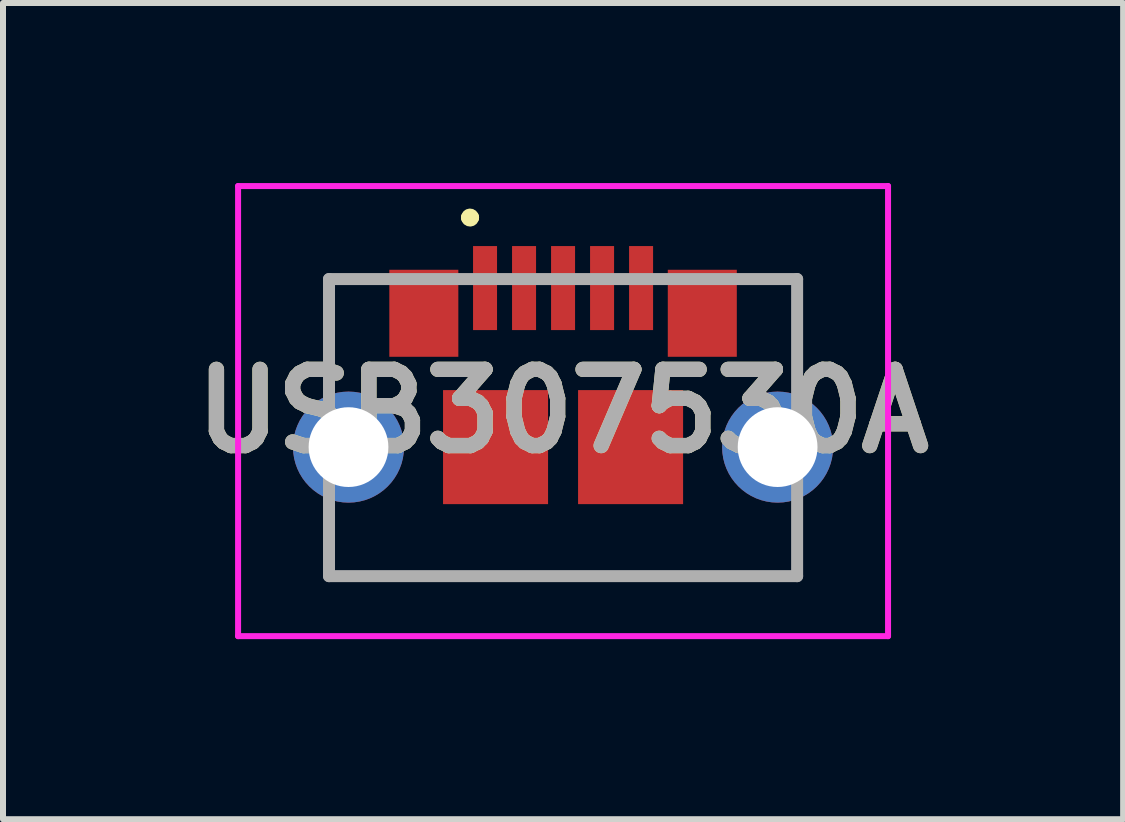
<source format=kicad_pcb>
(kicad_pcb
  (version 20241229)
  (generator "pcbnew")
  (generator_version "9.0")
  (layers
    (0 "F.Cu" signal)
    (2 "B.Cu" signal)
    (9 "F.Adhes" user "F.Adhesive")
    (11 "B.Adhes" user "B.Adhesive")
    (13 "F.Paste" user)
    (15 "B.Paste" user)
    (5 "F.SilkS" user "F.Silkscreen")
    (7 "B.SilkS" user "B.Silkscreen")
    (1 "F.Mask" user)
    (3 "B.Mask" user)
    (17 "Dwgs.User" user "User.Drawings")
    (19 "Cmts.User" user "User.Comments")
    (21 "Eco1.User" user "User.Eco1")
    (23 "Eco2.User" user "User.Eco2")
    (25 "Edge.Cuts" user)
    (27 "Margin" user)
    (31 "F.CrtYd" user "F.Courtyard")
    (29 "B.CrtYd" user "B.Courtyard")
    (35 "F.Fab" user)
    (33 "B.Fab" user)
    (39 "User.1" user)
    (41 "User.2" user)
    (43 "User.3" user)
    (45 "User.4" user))
  (footprint "USB307530A"
    (layer "F.Cu")
    (at 6.332 4.4)
    (property "Reference" "USB307530A" (at 0 -0.6 0) (layer "F.SilkS") (effects (font (size 1.27 1.27) (thickness 0.254))))
    (attr through_hole)
    (fp_line (start -3.9 -2.8) (end -3.9 -1) (stroke (width 0.1) (type solid)) (layer "F.SilkS"))
    (fp_line (start -3.9 1) (end -3.9 2.15) (stroke (width 0.1) (type solid)) (layer "F.SilkS"))
    (fp_line (start -3.9 2.15) (end 3.9 2.15) (stroke (width 0.1) (type solid)) (layer "F.SilkS"))
    (fp_line (start -3.425 -2.8) (end -3.9 -2.8) (stroke (width 0.1) (type solid)) (layer "F.SilkS"))
    (fp_line (start -1.6 -3.825) (end -1.6 -3.825) (stroke (width 0.2) (type solid)) (layer "F.SilkS"))
    (fp_line (start -1.5 -3.825) (end -1.5 -3.825) (stroke (width 0.2) (type solid)) (layer "F.SilkS"))
    (fp_line (start 3.075 -2.8) (end 3.9 -2.8) (stroke (width 0.1) (type solid)) (layer "F.SilkS"))
    (fp_line (start 3.9 -2.8) (end 3.9 -1) (stroke (width 0.1) (type solid)) (layer "F.SilkS"))
    (fp_line (start 3.9 2.15) (end 3.9 1) (stroke (width 0.1) (type solid)) (layer "F.SilkS"))
    (fp_arc (start -1.6 -3.825) (mid -1.55 -3.875) (end -1.5 -3.825) (stroke (width 0.2) (type solid)) (layer "F.SilkS"))
    (fp_arc (start -1.5 -3.825) (mid -1.55 -3.775) (end -1.6 -3.825) (stroke (width 0.2) (type solid)) (layer "F.SilkS"))
    (fp_line (start -5.415 -4.35) (end 5.415 -4.35) (stroke (width 0.1) (type solid)) (layer "F.CrtYd"))
    (fp_line (start -5.415 3.15) (end -5.415 -4.35) (stroke (width 0.1) (type solid)) (layer "F.CrtYd"))
    (fp_line (start 5.415 -4.35) (end 5.415 3.15) (stroke (width 0.1) (type solid)) (layer "F.CrtYd"))
    (fp_line (start 5.415 3.15) (end -5.415 3.15) (stroke (width 0.1) (type solid)) (layer "F.CrtYd"))
    (fp_line (start -3.9 -2.8) (end 3.9 -2.8) (stroke (width 0.2) (type solid)) (layer "F.Fab"))
    (fp_line (start -3.9 2.15) (end -3.9 -2.8) (stroke (width 0.2) (type solid)) (layer "F.Fab"))
    (fp_line (start 3.9 -2.8) (end 3.9 2.15) (stroke (width 0.2) (type solid)) (layer "F.Fab"))
    (fp_line (start 3.9 2.15) (end -3.9 2.15) (stroke (width 0.2) (type solid)) (layer "F.Fab"))
    (fp_text user "${REFERENCE}" (at 0 -0.6 0) (layer "F.Fab") (effects (font (size 1.27 1.27) (thickness 0.254))))
    (pad "1" smd rect (at -1.3 -2.65) (size 0.4 1.4) (layers "F.Cu" "F.Mask" "F.Paste"))
    (pad "2" smd rect (at -0.65 -2.65) (size 0.4 1.4) (layers "F.Cu" "F.Mask" "F.Paste"))
    (pad "3" smd rect (at 0 -2.65) (size 0.4 1.4) (layers "F.Cu" "F.Mask" "F.Paste"))
    (pad "4" smd rect (at 0.65 -2.65) (size 0.4 1.4) (layers "F.Cu" "F.Mask" "F.Paste"))
    (pad "5" smd rect (at 1.3 -2.65) (size 0.4 1.4) (layers "F.Cu" "F.Mask" "F.Paste"))
    (pad "MH1" thru_hole circle (at -3.575 0) (size 1.85 1.85) (drill 1.329) (layers "*.Cu" "*.Mask"))
    (pad "MH2" thru_hole circle (at 3.575 0) (size 1.85 1.85) (drill 1.329) (layers "*.Cu" "*.Mask"))
    (pad "MP1" smd rect (at -1.125 0) (size 1.75 1.9) (layers "F.Cu" "F.Mask" "F.Paste"))
    (pad "MP2" smd rect (at 1.125 0) (size 1.75 1.9) (layers "F.Cu" "F.Mask" "F.Paste"))
    (pad "MP3" smd rect (at -2.32 -2.23) (size 1.15 1.45) (layers "F.Cu" "F.Mask" "F.Paste"))
    (pad "MP4" smd rect (at 2.32 -2.23) (size 1.15 1.45) (layers "F.Cu" "F.Mask" "F.Paste")))
  (gr_rect
    (start -3 -3)
    (end 15.664 10.6)
    (stroke (width 0.1) (type default))
    (fill no)
    (layer "Edge.Cuts")))
</source>
